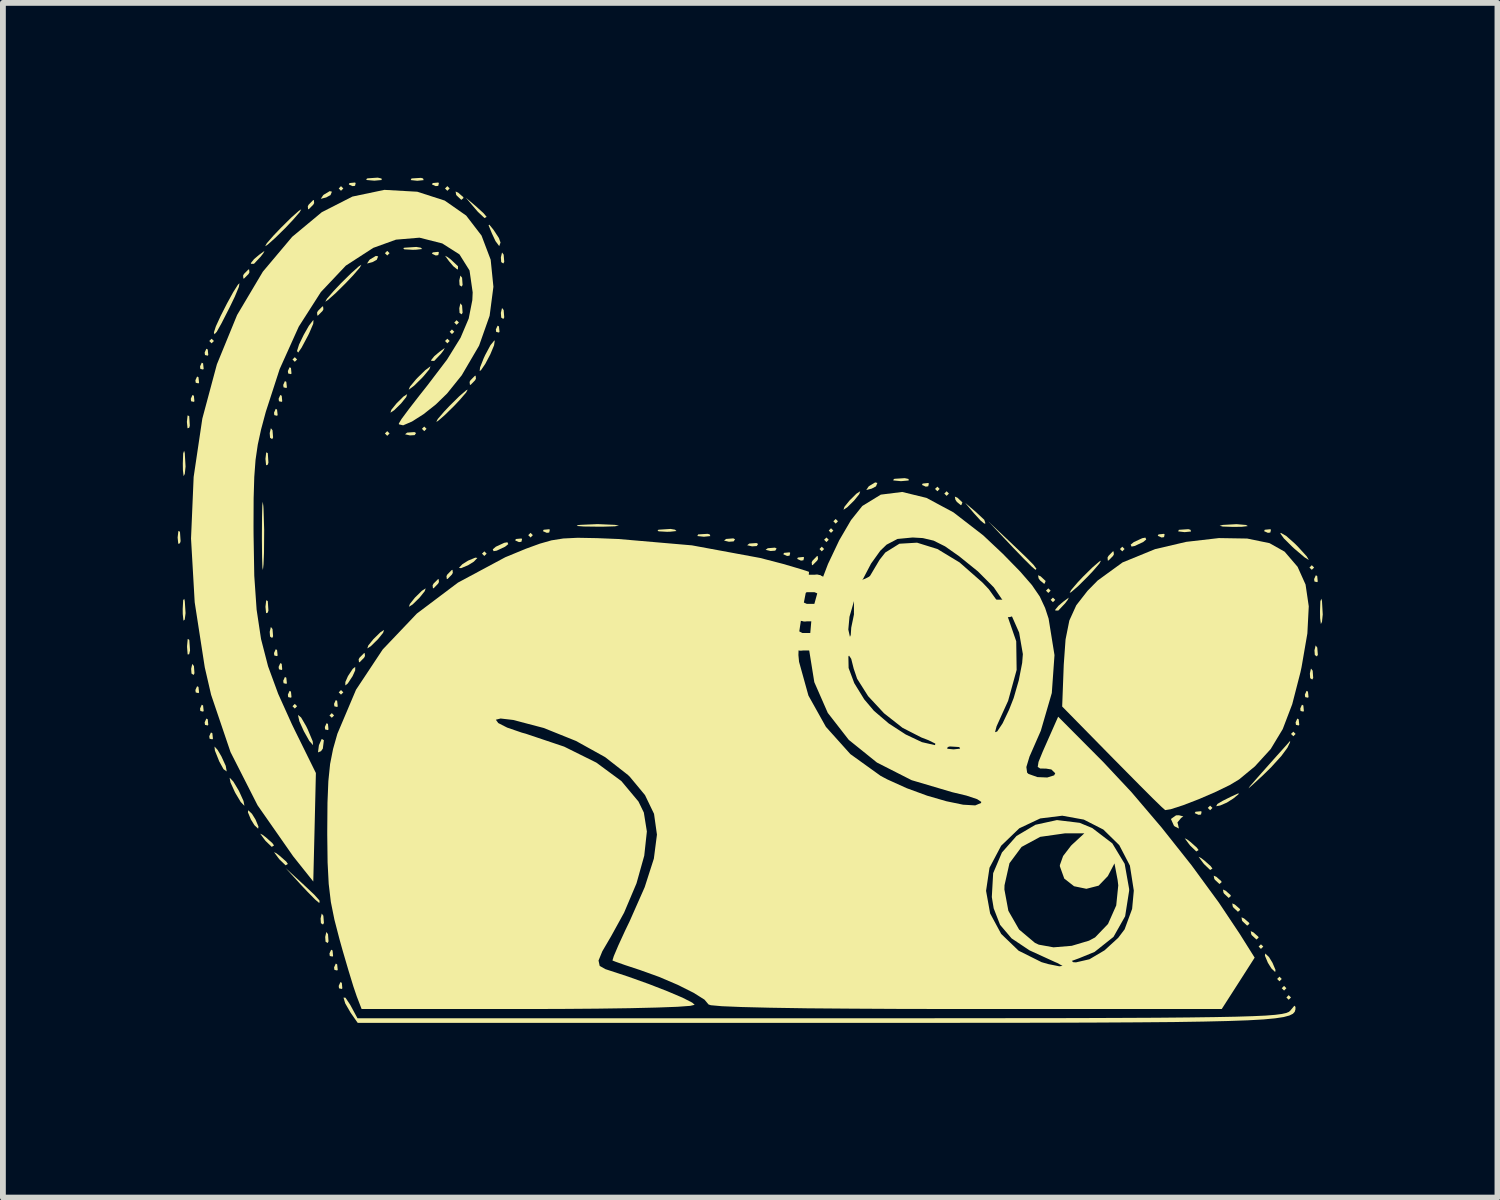
<source format=kicad_pcb>
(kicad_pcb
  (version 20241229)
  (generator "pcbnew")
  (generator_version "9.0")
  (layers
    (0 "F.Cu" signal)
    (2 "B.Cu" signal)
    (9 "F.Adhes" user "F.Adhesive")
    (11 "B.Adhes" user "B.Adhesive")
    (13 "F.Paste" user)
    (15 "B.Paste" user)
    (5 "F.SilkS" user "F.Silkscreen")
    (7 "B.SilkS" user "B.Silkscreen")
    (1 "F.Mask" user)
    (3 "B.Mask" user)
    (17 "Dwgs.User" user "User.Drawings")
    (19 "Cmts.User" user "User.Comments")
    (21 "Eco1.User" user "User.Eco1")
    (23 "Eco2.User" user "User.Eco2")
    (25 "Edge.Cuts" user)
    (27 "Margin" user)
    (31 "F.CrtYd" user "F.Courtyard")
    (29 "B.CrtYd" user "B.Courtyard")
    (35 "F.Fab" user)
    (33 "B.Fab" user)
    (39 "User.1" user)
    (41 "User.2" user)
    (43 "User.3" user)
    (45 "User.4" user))
  (footprint "Mouse-"
    (layer "F.Cu")
    (at 10.227 7.29)
    (property "Reference" "Mouse-" (at 0 0 0) (layer "F.SilkS") (effects (font (size 1.5 1.5) (thickness 0.3))))
    (attr board_only exclude_from_pos_files exclude_from_bom)
    (fp_poly (pts (xy -9.604 -4.485) (xy -9.644 -4.445) (xy -9.684 -4.485) (xy -9.644 -4.524)) (stroke (width 0) (type solid)) (fill yes) (layer "F.SilkS"))
    (fp_poly (pts (xy -8.176 -4.167) (xy -8.215 -4.128) (xy -8.255 -4.167) (xy -8.215 -4.207)) (stroke (width 0) (type solid)) (fill yes) (layer "F.SilkS"))
    (fp_poly (pts (xy -8.176 1.786) (xy -8.215 1.826) (xy -8.255 1.786) (xy -8.215 1.746)) (stroke (width 0) (type solid)) (fill yes) (layer "F.SilkS"))
    (fp_poly (pts (xy -7.541 1.945) (xy -7.58 1.984) (xy -7.62 1.945) (xy -7.58 1.905)) (stroke (width 0) (type solid)) (fill yes) (layer "F.SilkS"))
    (fp_poly (pts (xy -7.382 -7.104) (xy -7.422 -7.064) (xy -7.461 -7.104) (xy -7.422 -7.144)) (stroke (width 0) (type solid)) (fill yes) (layer "F.SilkS"))
    (fp_poly (pts (xy -7.382 1.548) (xy -7.422 1.587) (xy -7.461 1.548) (xy -7.422 1.508)) (stroke (width 0) (type solid)) (fill yes) (layer "F.SilkS"))
    (fp_poly (pts (xy -6.588 -5.993) (xy -6.628 -5.953) (xy -6.668 -5.993) (xy -6.628 -6.032)) (stroke (width 0) (type solid)) (fill yes) (layer "F.SilkS"))
    (fp_poly (pts (xy -6.588 -2.897) (xy -6.628 -2.857) (xy -6.668 -2.897) (xy -6.628 -2.937)) (stroke (width 0) (type solid)) (fill yes) (layer "F.SilkS"))
    (fp_poly (pts (xy -5.953 -2.977) (xy -5.993 -2.937) (xy -6.032 -2.977) (xy -5.993 -3.016)) (stroke (width 0) (type solid)) (fill yes) (layer "F.SilkS"))
    (fp_poly (pts (xy -5.556 -7.104) (xy -5.596 -7.064) (xy -5.636 -7.104) (xy -5.596 -7.144)) (stroke (width 0) (type solid)) (fill yes) (layer "F.SilkS"))
    (fp_poly (pts (xy -5.556 -4.485) (xy -5.596 -4.445) (xy -5.636 -4.485) (xy -5.596 -4.524)) (stroke (width 0) (type solid)) (fill yes) (layer "F.SilkS"))
    (fp_poly (pts (xy -5.477 -4.643) (xy -5.517 -4.604) (xy -5.556 -4.643) (xy -5.517 -4.683)) (stroke (width 0) (type solid)) (fill yes) (layer "F.SilkS"))
    (fp_poly (pts (xy -5.397 -4.802) (xy -5.437 -4.763) (xy -5.477 -4.802) (xy -5.437 -4.842)) (stroke (width 0) (type solid)) (fill yes) (layer "F.SilkS"))
    (fp_poly (pts (xy -4.921 -0.833) (xy -4.961 -0.794) (xy -5.001 -0.833) (xy -4.961 -0.873)) (stroke (width 0) (type solid)) (fill yes) (layer "F.SilkS"))
    (fp_poly (pts (xy -4.128 -1.151) (xy -4.167 -1.111) (xy -4.207 -1.151) (xy -4.167 -1.191)) (stroke (width 0) (type solid)) (fill yes) (layer "F.SilkS"))
    (fp_poly (pts (xy 0.873 -0.913) (xy 0.833 -0.873) (xy 0.794 -0.913) (xy 0.833 -0.953)) (stroke (width 0) (type solid)) (fill yes) (layer "F.SilkS"))
    (fp_poly (pts (xy 0.953 -1.072) (xy 0.913 -1.032) (xy 0.873 -1.072) (xy 0.913 -1.111)) (stroke (width 0) (type solid)) (fill yes) (layer "F.SilkS"))
    (fp_poly (pts (xy 1.032 -1.23) (xy 0.992 -1.191) (xy 0.953 -1.23) (xy 0.992 -1.27)) (stroke (width 0) (type solid)) (fill yes) (layer "F.SilkS"))
    (fp_poly (pts (xy 1.111 -1.389) (xy 1.072 -1.349) (xy 1.032 -1.389) (xy 1.072 -1.429)) (stroke (width 0) (type solid)) (fill yes) (layer "F.SilkS"))
    (fp_poly (pts (xy 2.857 -1.945) (xy 2.818 -1.905) (xy 2.778 -1.945) (xy 2.818 -1.984)) (stroke (width 0) (type solid)) (fill yes) (layer "F.SilkS"))
    (fp_poly (pts (xy 3.016 -1.865) (xy 2.977 -1.826) (xy 2.937 -1.865) (xy 2.977 -1.905)) (stroke (width 0) (type solid)) (fill yes) (layer "F.SilkS"))
    (fp_poly (pts (xy 4.763 -0.198) (xy 4.723 -0.159) (xy 4.683 -0.198) (xy 4.723 -0.238)) (stroke (width 0) (type solid)) (fill yes) (layer "F.SilkS"))
    (fp_poly (pts (xy 4.842 -0.04) (xy 4.802 0) (xy 4.763 -0.04) (xy 4.802 -0.079)) (stroke (width 0) (type solid)) (fill yes) (layer "F.SilkS"))
    (fp_poly (pts (xy 6.032 -0.913) (xy 5.993 -0.873) (xy 5.953 -0.913) (xy 5.993 -0.953)) (stroke (width 0) (type solid)) (fill yes) (layer "F.SilkS"))
    (fp_poly (pts (xy 7.541 3.532) (xy 7.501 3.572) (xy 7.461 3.532) (xy 7.501 3.493)) (stroke (width 0) (type solid)) (fill yes) (layer "F.SilkS"))
    (fp_poly (pts (xy 8.414 5.913) (xy 8.374 5.953) (xy 8.334 5.913) (xy 8.374 5.874)) (stroke (width 0) (type solid)) (fill yes) (layer "F.SilkS"))
    (fp_poly (pts (xy 8.731 6.469) (xy 8.692 6.509) (xy 8.652 6.469) (xy 8.692 6.429)) (stroke (width 0) (type solid)) (fill yes) (layer "F.SilkS"))
    (fp_poly (pts (xy 8.811 6.628) (xy 8.771 6.668) (xy 8.731 6.628) (xy 8.771 6.588)) (stroke (width 0) (type solid)) (fill yes) (layer "F.SilkS"))
    (fp_poly (pts (xy 8.89 6.787) (xy 8.85 6.826) (xy 8.811 6.787) (xy 8.85 6.747)) (stroke (width 0) (type solid)) (fill yes) (layer "F.SilkS"))
    (fp_poly (pts (xy 8.969 2.262) (xy 8.93 2.302) (xy 8.89 2.262) (xy 8.93 2.223)) (stroke (width 0) (type solid)) (fill yes) (layer "F.SilkS"))
    (fp_poly (pts (xy 9.287 -0.595) (xy 9.247 -0.556) (xy 9.207 -0.595) (xy 9.247 -0.635)) (stroke (width 0) (type solid)) (fill yes) (layer "F.SilkS"))
    (fp_poly (pts (xy -10.187 -1.21) (xy -10.176 -1.048) (xy -10.187 -1.012) (xy -10.216 -1.002) (xy -10.227 -1.111) (xy -10.214 -1.224)) (stroke (width 0) (type solid)) (fill yes) (layer "F.SilkS"))
    (fp_poly (pts (xy -10.028 -3.195) (xy -10.018 -3.032) (xy -10.028 -2.996) (xy -10.057 -2.986) (xy -10.068 -3.096) (xy -10.056 -3.208)) (stroke (width 0) (type solid)) (fill yes) (layer "F.SilkS"))
    (fp_poly (pts (xy -9.948 -3.545) (xy -9.939 -3.451) (xy -9.948 -3.44) (xy -9.996 -3.45) (xy -10.001 -3.493) (xy -9.972 -3.558)) (stroke (width 0) (type solid)) (fill yes) (layer "F.SilkS"))
    (fp_poly (pts (xy -9.947 1.096) (xy -9.938 1.22) (xy -9.953 1.249) (xy -9.989 1.225) (xy -9.995 1.144) (xy -9.976 1.06)) (stroke (width 0) (type solid)) (fill yes) (layer "F.SilkS"))
    (fp_poly (pts (xy -9.869 -3.863) (xy -9.859 -3.769) (xy -9.869 -3.757) (xy -9.916 -3.768) (xy -9.922 -3.81) (xy -9.893 -3.875)) (stroke (width 0) (type solid)) (fill yes) (layer "F.SilkS"))
    (fp_poly (pts (xy -9.869 1.455) (xy -9.859 1.549) (xy -9.869 1.561) (xy -9.916 1.55) (xy -9.922 1.508) (xy -9.893 1.443)) (stroke (width 0) (type solid)) (fill yes) (layer "F.SilkS"))
    (fp_poly (pts (xy -9.79 -4.101) (xy -9.78 -4.007) (xy -9.79 -3.995) (xy -9.837 -4.006) (xy -9.842 -4.048) (xy -9.813 -4.113)) (stroke (width 0) (type solid)) (fill yes) (layer "F.SilkS"))
    (fp_poly (pts (xy -9.79 1.773) (xy -9.78 1.867) (xy -9.79 1.879) (xy -9.837 1.868) (xy -9.842 1.826) (xy -9.813 1.76)) (stroke (width 0) (type solid)) (fill yes) (layer "F.SilkS"))
    (fp_poly (pts (xy -9.71 -4.339) (xy -9.701 -4.245) (xy -9.71 -4.233) (xy -9.757 -4.244) (xy -9.763 -4.286) (xy -9.734 -4.352)) (stroke (width 0) (type solid)) (fill yes) (layer "F.SilkS"))
    (fp_poly (pts (xy -9.71 2.011) (xy -9.701 2.105) (xy -9.71 2.117) (xy -9.757 2.106) (xy -9.763 2.064) (xy -9.734 1.998)) (stroke (width 0) (type solid)) (fill yes) (layer "F.SilkS"))
    (fp_poly (pts (xy -9.631 2.249) (xy -9.621 2.343) (xy -9.631 2.355) (xy -9.678 2.344) (xy -9.684 2.302) (xy -9.655 2.237)) (stroke (width 0) (type solid)) (fill yes) (layer "F.SilkS"))
    (fp_poly (pts (xy -8.679 -2.56) (xy -8.668 -2.397) (xy -8.679 -2.361) (xy -8.708 -2.351) (xy -8.719 -2.461) (xy -8.706 -2.573)) (stroke (width 0) (type solid)) (fill yes) (layer "F.SilkS"))
    (fp_poly (pts (xy -8.679 -0.02) (xy -8.668 0.143) (xy -8.679 0.179) (xy -8.708 0.189) (xy -8.719 0.079) (xy -8.706 -0.033)) (stroke (width 0) (type solid)) (fill yes) (layer "F.SilkS"))
    (fp_poly (pts (xy -8.598 -2.952) (xy -8.588 -2.828) (xy -8.604 -2.8) (xy -8.64 -2.823) (xy -8.646 -2.904) (xy -8.626 -2.988)) (stroke (width 0) (type solid)) (fill yes) (layer "F.SilkS"))
    (fp_poly (pts (xy -8.598 0.461) (xy -8.588 0.585) (xy -8.604 0.614) (xy -8.64 0.59) (xy -8.646 0.509) (xy -8.626 0.425)) (stroke (width 0) (type solid)) (fill yes) (layer "F.SilkS"))
    (fp_poly (pts (xy -8.52 -3.307) (xy -8.51 -3.213) (xy -8.52 -3.201) (xy -8.567 -3.212) (xy -8.572 -3.254) (xy -8.543 -3.32)) (stroke (width 0) (type solid)) (fill yes) (layer "F.SilkS"))
    (fp_poly (pts (xy -8.52 0.82) (xy -8.51 0.914) (xy -8.52 0.926) (xy -8.567 0.915) (xy -8.572 0.873) (xy -8.543 0.808)) (stroke (width 0) (type solid)) (fill yes) (layer "F.SilkS"))
    (fp_poly (pts (xy -8.44 -3.545) (xy -8.431 -3.451) (xy -8.44 -3.44) (xy -8.487 -3.45) (xy -8.493 -3.493) (xy -8.464 -3.558)) (stroke (width 0) (type solid)) (fill yes) (layer "F.SilkS"))
    (fp_poly (pts (xy -8.44 1.058) (xy -8.431 1.153) (xy -8.44 1.164) (xy -8.487 1.153) (xy -8.493 1.111) (xy -8.464 1.046)) (stroke (width 0) (type solid)) (fill yes) (layer "F.SilkS"))
    (fp_poly (pts (xy -8.361 -3.784) (xy -8.351 -3.689) (xy -8.361 -3.678) (xy -8.408 -3.689) (xy -8.414 -3.731) (xy -8.385 -3.796)) (stroke (width 0) (type solid)) (fill yes) (layer "F.SilkS"))
    (fp_poly (pts (xy -8.361 1.296) (xy -8.351 1.391) (xy -8.361 1.402) (xy -8.408 1.391) (xy -8.414 1.349) (xy -8.385 1.284)) (stroke (width 0) (type solid)) (fill yes) (layer "F.SilkS"))
    (fp_poly (pts (xy -8.281 -4.022) (xy -8.272 -3.927) (xy -8.281 -3.916) (xy -8.329 -3.927) (xy -8.334 -3.969) (xy -8.305 -4.034)) (stroke (width 0) (type solid)) (fill yes) (layer "F.SilkS"))
    (fp_poly (pts (xy -8.281 1.535) (xy -8.272 1.629) (xy -8.281 1.64) (xy -8.329 1.63) (xy -8.334 1.587) (xy -8.305 1.522)) (stroke (width 0) (type solid)) (fill yes) (layer "F.SilkS"))
    (fp_poly (pts (xy -7.725 5.383) (xy -7.715 5.507) (xy -7.731 5.535) (xy -7.767 5.511) (xy -7.772 5.431) (xy -7.753 5.346)) (stroke (width 0) (type solid)) (fill yes) (layer "F.SilkS"))
    (fp_poly (pts (xy -7.646 2.09) (xy -7.637 2.184) (xy -7.646 2.196) (xy -7.694 2.185) (xy -7.699 2.143) (xy -7.67 2.078)) (stroke (width 0) (type solid)) (fill yes) (layer "F.SilkS"))
    (fp_poly (pts (xy -7.645 5.7) (xy -7.636 5.824) (xy -7.651 5.852) (xy -7.687 5.829) (xy -7.693 5.748) (xy -7.674 5.663)) (stroke (width 0) (type solid)) (fill yes) (layer "F.SilkS"))
    (fp_poly (pts (xy -7.567 5.98) (xy -7.558 6.074) (xy -7.567 6.085) (xy -7.614 6.075) (xy -7.62 6.032) (xy -7.591 5.967)) (stroke (width 0) (type solid)) (fill yes) (layer "F.SilkS"))
    (fp_poly (pts (xy -7.488 1.693) (xy -7.478 1.788) (xy -7.488 1.799) (xy -7.535 1.788) (xy -7.541 1.746) (xy -7.512 1.681)) (stroke (width 0) (type solid)) (fill yes) (layer "F.SilkS"))
    (fp_poly (pts (xy -7.488 6.218) (xy -7.478 6.312) (xy -7.488 6.324) (xy -7.535 6.313) (xy -7.541 6.271) (xy -7.512 6.205)) (stroke (width 0) (type solid)) (fill yes) (layer "F.SilkS"))
    (fp_poly (pts (xy -7.408 6.535) (xy -7.399 6.629) (xy -7.408 6.641) (xy -7.456 6.63) (xy -7.461 6.588) (xy -7.432 6.523)) (stroke (width 0) (type solid)) (fill yes) (layer "F.SilkS"))
    (fp_poly (pts (xy -7.17 -7.197) (xy -7.181 -7.149) (xy -7.223 -7.144) (xy -7.288 -7.173) (xy -7.276 -7.197) (xy -7.182 -7.206)) (stroke (width 0) (type solid)) (fill yes) (layer "F.SilkS"))
    (fp_poly (pts (xy -6.133 -2.905) (xy -6.157 -2.869) (xy -6.238 -2.864) (xy -6.322 -2.883) (xy -6.286 -2.912) (xy -6.161 -2.921)) (stroke (width 0) (type solid)) (fill yes) (layer "F.SilkS"))
    (fp_poly (pts (xy -6.013 -7.276) (xy -6.003 -7.247) (xy -6.112 -7.236) (xy -6.225 -7.248) (xy -6.211 -7.276) (xy -6.049 -7.286)) (stroke (width 0) (type solid)) (fill yes) (layer "F.SilkS"))
    (fp_poly (pts (xy -5.741 -7.197) (xy -5.752 -7.149) (xy -5.794 -7.144) (xy -5.86 -7.173) (xy -5.847 -7.197) (xy -5.753 -7.206)) (stroke (width 0) (type solid)) (fill yes) (layer "F.SilkS"))
    (fp_poly (pts (xy -5.741 -6.006) (xy -5.752 -5.959) (xy -5.794 -5.953) (xy -5.86 -5.982) (xy -5.847 -6.006) (xy -5.753 -6.016)) (stroke (width 0) (type solid)) (fill yes) (layer "F.SilkS"))
    (fp_poly (pts (xy -5.343 -5.571) (xy -5.334 -5.447) (xy -5.35 -5.419) (xy -5.386 -5.443) (xy -5.391 -5.523) (xy -5.372 -5.608)) (stroke (width 0) (type solid)) (fill yes) (layer "F.SilkS"))
    (fp_poly (pts (xy -5.343 -5.095) (xy -5.334 -4.971) (xy -5.35 -4.943) (xy -5.386 -4.966) (xy -5.391 -5.047) (xy -5.372 -5.132)) (stroke (width 0) (type solid)) (fill yes) (layer "F.SilkS"))
    (fp_poly (pts (xy -4.71 -4.736) (xy -4.7 -4.642) (xy -4.71 -4.63) (xy -4.757 -4.641) (xy -4.763 -4.683) (xy -4.733 -4.748)) (stroke (width 0) (type solid)) (fill yes) (layer "F.SilkS"))
    (fp_poly (pts (xy -4.629 -5.968) (xy -4.619 -5.844) (xy -4.635 -5.816) (xy -4.671 -5.84) (xy -4.677 -5.92) (xy -4.657 -6.005)) (stroke (width 0) (type solid)) (fill yes) (layer "F.SilkS"))
    (fp_poly (pts (xy -4.629 -5.016) (xy -4.619 -4.891) (xy -4.635 -4.863) (xy -4.671 -4.887) (xy -4.677 -4.968) (xy -4.657 -5.052)) (stroke (width 0) (type solid)) (fill yes) (layer "F.SilkS"))
    (fp_poly (pts (xy -4.313 -1.085) (xy -4.324 -1.038) (xy -4.366 -1.032) (xy -4.431 -1.061) (xy -4.419 -1.085) (xy -4.324 -1.094)) (stroke (width 0) (type solid)) (fill yes) (layer "F.SilkS"))
    (fp_poly (pts (xy -3.836 -1.244) (xy -3.847 -1.196) (xy -3.889 -1.191) (xy -3.955 -1.22) (xy -3.942 -1.244) (xy -3.848 -1.253)) (stroke (width 0) (type solid)) (fill yes) (layer "F.SilkS"))
    (fp_poly (pts (xy -1.091 -1.164) (xy -1.081 -1.135) (xy -1.191 -1.124) (xy -1.303 -1.136) (xy -1.29 -1.164) (xy -1.127 -1.174)) (stroke (width 0) (type solid)) (fill yes) (layer "F.SilkS"))
    (fp_poly (pts (xy -0.656 -1.08) (xy -0.68 -1.044) (xy -0.761 -1.038) (xy -0.845 -1.058) (xy -0.809 -1.086) (xy -0.685 -1.096)) (stroke (width 0) (type solid)) (fill yes) (layer "F.SilkS"))
    (fp_poly (pts (xy -0.26 -1) (xy -0.283 -0.964) (xy -0.364 -0.959) (xy -0.448 -0.978) (xy -0.412 -1.007) (xy -0.288 -1.016)) (stroke (width 0) (type solid)) (fill yes) (layer "F.SilkS"))
    (fp_poly (pts (xy 0.058 -0.921) (xy 0.034 -0.885) (xy -0.046 -0.879) (xy -0.131 -0.899) (xy -0.094 -0.927) (xy 0.03 -0.937)) (stroke (width 0) (type solid)) (fill yes) (layer "F.SilkS"))
    (fp_poly (pts (xy 0.291 -0.847) (xy 0.28 -0.799) (xy 0.238 -0.794) (xy 0.173 -0.823) (xy 0.185 -0.847) (xy 0.279 -0.856)) (stroke (width 0) (type solid)) (fill yes) (layer "F.SilkS"))
    (fp_poly (pts (xy 0.529 -0.767) (xy 0.518 -0.72) (xy 0.476 -0.714) (xy 0.411 -0.743) (xy 0.423 -0.767) (xy 0.518 -0.777)) (stroke (width 0) (type solid)) (fill yes) (layer "F.SilkS"))
    (fp_poly (pts (xy 2.672 -2.037) (xy 2.661 -1.99) (xy 2.619 -1.984) (xy 2.554 -2.013) (xy 2.566 -2.037) (xy 2.661 -2.047)) (stroke (width 0) (type solid)) (fill yes) (layer "F.SilkS"))
    (fp_poly (pts (xy 6.72 -1.164) (xy 6.71 -1.117) (xy 6.668 -1.111) (xy 6.602 -1.14) (xy 6.615 -1.164) (xy 6.709 -1.174)) (stroke (width 0) (type solid)) (fill yes) (layer "F.SilkS"))
    (fp_poly (pts (xy 7.164 -1.243) (xy 7.174 -1.214) (xy 7.064 -1.203) (xy 6.952 -1.216) (xy 6.965 -1.243) (xy 7.128 -1.254)) (stroke (width 0) (type solid)) (fill yes) (layer "F.SilkS"))
    (fp_poly (pts (xy 7.355 3.598) (xy 7.345 3.646) (xy 7.303 3.651) (xy 7.237 3.622) (xy 7.25 3.598) (xy 7.344 3.589)) (stroke (width 0) (type solid)) (fill yes) (layer "F.SilkS"))
    (fp_poly (pts (xy 8.546 -1.244) (xy 8.535 -1.196) (xy 8.493 -1.191) (xy 8.428 -1.22) (xy 8.44 -1.244) (xy 8.534 -1.253)) (stroke (width 0) (type solid)) (fill yes) (layer "F.SilkS"))
    (fp_poly (pts (xy 9.022 2.011) (xy 9.032 2.105) (xy 9.022 2.117) (xy 8.975 2.106) (xy 8.969 2.064) (xy 8.998 1.998)) (stroke (width 0) (type solid)) (fill yes) (layer "F.SilkS"))
    (fp_poly (pts (xy 9.102 1.773) (xy 9.111 1.867) (xy 9.102 1.879) (xy 9.054 1.868) (xy 9.049 1.826) (xy 9.078 1.76)) (stroke (width 0) (type solid)) (fill yes) (layer "F.SilkS"))
    (fp_poly (pts (xy 9.181 1.535) (xy 9.191 1.629) (xy 9.181 1.64) (xy 9.134 1.63) (xy 9.128 1.587) (xy 9.157 1.522)) (stroke (width 0) (type solid)) (fill yes) (layer "F.SilkS"))
    (fp_poly (pts (xy 9.262 1.176) (xy 9.271 1.3) (xy 9.255 1.328) (xy 9.219 1.304) (xy 9.214 1.224) (xy 9.233 1.139)) (stroke (width 0) (type solid)) (fill yes) (layer "F.SilkS"))
    (fp_poly (pts (xy 9.34 -0.45) (xy 9.349 -0.356) (xy 9.34 -0.344) (xy 9.293 -0.355) (xy 9.287 -0.397) (xy 9.316 -0.462)) (stroke (width 0) (type solid)) (fill yes) (layer "F.SilkS"))
    (fp_poly (pts (xy 9.341 0.779) (xy 9.351 0.903) (xy 9.335 0.931) (xy 9.299 0.907) (xy 9.293 0.827) (xy 9.313 0.742)) (stroke (width 0) (type solid)) (fill yes) (layer "F.SilkS"))
    (fp_poly (pts (xy -7.716 2.37) (xy -7.734 2.514) (xy -7.765 2.558) (xy -7.817 2.579) (xy -7.802 2.463) (xy -7.8 2.454) (xy -7.753 2.348)) (stroke (width 0) (type solid)) (fill yes) (layer "F.SilkS"))
    (fp_poly (pts (xy -7.578 -7.049) (xy -7.602 -6.99) (xy -7.676 -6.95) (xy -7.769 -6.926) (xy -7.731 -6.984) (xy -7.721 -6.995) (xy -7.616 -7.058)) (stroke (width 0) (type solid)) (fill yes) (layer "F.SilkS"))
    (fp_poly (pts (xy -6.784 -5.938) (xy -6.808 -5.879) (xy -6.882 -5.839) (xy -6.975 -5.815) (xy -6.937 -5.873) (xy -6.927 -5.884) (xy -6.823 -5.946)) (stroke (width 0) (type solid)) (fill yes) (layer "F.SilkS"))
    (fp_poly (pts (xy -5.41 -7.032) (xy -5.325 -6.958) (xy -5.318 -6.941) (xy -5.356 -6.908) (xy -5.434 -6.981) (xy -5.445 -6.997) (xy -5.454 -7.052)) (stroke (width 0) (type solid)) (fill yes) (layer "F.SilkS"))
    (fp_poly (pts (xy -5.1 -6.794) (xy -4.973 -6.678) (xy -4.921 -6.616) (xy -4.958 -6.596) (xy -5.071 -6.702) (xy -5.127 -6.767) (xy -5.278 -6.945)) (stroke (width 0) (type solid)) (fill yes) (layer "F.SilkS"))
    (fp_poly (pts (xy 1.788 -2.048) (xy 1.764 -1.989) (xy 1.69 -1.95) (xy 1.597 -1.926) (xy 1.635 -1.984) (xy 1.646 -1.994) (xy 1.75 -2.057)) (stroke (width 0) (type solid)) (fill yes) (layer "F.SilkS"))
    (fp_poly (pts (xy 3.163 -1.794) (xy 3.248 -1.714) (xy 3.23 -1.668) (xy 3.219 -1.667) (xy 3.152 -1.723) (xy 3.128 -1.759) (xy 3.118 -1.813)) (stroke (width 0) (type solid)) (fill yes) (layer "F.SilkS"))
    (fp_poly (pts (xy 3.473 -1.555) (xy 3.623 -1.415) (xy 3.644 -1.353) (xy 3.624 -1.349) (xy 3.559 -1.403) (xy 3.445 -1.528) (xy 3.294 -1.707)) (stroke (width 0) (type solid)) (fill yes) (layer "F.SilkS"))
    (fp_poly (pts (xy 4.591 -0.444) (xy 4.677 -0.364) (xy 4.659 -0.318) (xy 4.648 -0.318) (xy 4.581 -0.374) (xy 4.556 -0.409) (xy 4.547 -0.463)) (stroke (width 0) (type solid)) (fill yes) (layer "F.SilkS"))
    (fp_poly (pts (xy 7.608 4.715) (xy 7.692 4.789) (xy 7.699 4.807) (xy 7.662 4.839) (xy 7.583 4.766) (xy 7.573 4.75) (xy 7.563 4.696)) (stroke (width 0) (type solid)) (fill yes) (layer "F.SilkS"))
    (fp_poly (pts (xy 7.766 4.953) (xy 7.851 5.027) (xy 7.858 5.045) (xy 7.82 5.078) (xy 7.742 5.005) (xy 7.731 4.988) (xy 7.722 4.934)) (stroke (width 0) (type solid)) (fill yes) (layer "F.SilkS"))
    (fp_poly (pts (xy 7.925 5.191) (xy 8.01 5.265) (xy 8.017 5.283) (xy 7.979 5.316) (xy 7.901 5.243) (xy 7.89 5.226) (xy 7.881 5.172)) (stroke (width 0) (type solid)) (fill yes) (layer "F.SilkS"))
    (fp_poly (pts (xy 8.084 5.43) (xy 8.169 5.503) (xy 8.176 5.521) (xy 8.138 5.554) (xy 8.06 5.481) (xy 8.049 5.465) (xy 8.04 5.41)) (stroke (width 0) (type solid)) (fill yes) (layer "F.SilkS"))
    (fp_poly (pts (xy 8.243 5.668) (xy 8.327 5.742) (xy 8.334 5.759) (xy 8.297 5.792) (xy 8.218 5.719) (xy 8.208 5.703) (xy 8.198 5.648)) (stroke (width 0) (type solid)) (fill yes) (layer "F.SilkS"))
    (fp_poly (pts (xy -10.104 -2.56) (xy -10.091 -2.329) (xy -10.104 -2.203) (xy -10.124 -2.165) (xy -10.136 -2.265) (xy -10.138 -2.381) (xy -10.132 -2.553) (xy -10.116 -2.6)) (stroke (width 0) (type solid)) (fill yes) (layer "F.SilkS"))
    (fp_poly (pts (xy -10.104 -0.019) (xy -10.091 0.188) (xy -10.105 0.299) (xy -10.127 0.317) (xy -10.139 0.203) (xy -10.14 0.119) (xy -10.132 -0.035) (xy -10.114 -0.058)) (stroke (width 0) (type solid)) (fill yes) (layer "F.SilkS"))
    (fp_poly (pts (xy -10.03 0.643) (xy -10.026 0.656) (xy -10.014 0.829) (xy -10.029 0.894) (xy -10.055 0.897) (xy -10.065 0.773) (xy -10.065 0.754) (xy -10.054 0.631)) (stroke (width 0) (type solid)) (fill yes) (layer "F.SilkS"))
    (fp_poly (pts (xy -8.994 -5.664) (xy -9.009 -5.636) (xy -9.084 -5.56) (xy -9.098 -5.556) (xy -9.103 -5.608) (xy -9.088 -5.636) (xy -9.014 -5.711) (xy -9 -5.715)) (stroke (width 0) (type solid)) (fill yes) (layer "F.SilkS"))
    (fp_poly (pts (xy -8.951 3.633) (xy -8.89 3.731) (xy -8.839 3.853) (xy -8.845 3.889) (xy -8.908 3.829) (xy -8.969 3.731) (xy -9.02 3.608) (xy -9.015 3.572)) (stroke (width 0) (type solid)) (fill yes) (layer "F.SilkS"))
    (fp_poly (pts (xy -8.769 3.994) (xy -8.711 4.038) (xy -8.601 4.136) (xy -8.572 4.177) (xy -8.611 4.201) (xy -8.717 4.099) (xy -8.741 4.068) (xy -8.81 3.974)) (stroke (width 0) (type solid)) (fill yes) (layer "F.SilkS"))
    (fp_poly (pts (xy -8.756 -5.991) (xy -8.801 -5.933) (xy -8.916 -5.81) (xy -8.968 -5.81) (xy -8.969 -5.824) (xy -8.915 -5.891) (xy -8.83 -5.963) (xy -8.736 -6.032)) (stroke (width 0) (type solid)) (fill yes) (layer "F.SilkS"))
    (fp_poly (pts (xy -8.531 4.311) (xy -8.473 4.356) (xy -8.363 4.453) (xy -8.334 4.494) (xy -8.373 4.518) (xy -8.479 4.416) (xy -8.503 4.385) (xy -8.572 4.291)) (stroke (width 0) (type solid)) (fill yes) (layer "F.SilkS"))
    (fp_poly (pts (xy -7.883 -6.854) (xy -7.898 -6.826) (xy -7.973 -6.75) (xy -7.987 -6.747) (xy -7.992 -6.798) (xy -7.977 -6.826) (xy -7.902 -6.902) (xy -7.888 -6.906)) (stroke (width 0) (type solid)) (fill yes) (layer "F.SilkS"))
    (fp_poly (pts (xy -7.724 -5.029) (xy -7.739 -5.001) (xy -7.814 -4.925) (xy -7.828 -4.921) (xy -7.833 -4.973) (xy -7.818 -5.001) (xy -7.744 -5.076) (xy -7.73 -5.08)) (stroke (width 0) (type solid)) (fill yes) (layer "F.SilkS"))
    (fp_poly (pts (xy -7.178 1.17) (xy -7.223 1.27) (xy -7.305 1.395) (xy -7.348 1.429) (xy -7.347 1.37) (xy -7.303 1.27) (xy -7.221 1.145) (xy -7.178 1.111)) (stroke (width 0) (type solid)) (fill yes) (layer "F.SilkS"))
    (fp_poly (pts (xy -7.01 0.924) (xy -7.025 0.953) (xy -7.099 1.028) (xy -7.113 1.032) (xy -7.119 0.981) (xy -7.104 0.953) (xy -7.029 0.877) (xy -7.015 0.873)) (stroke (width 0) (type solid)) (fill yes) (layer "F.SilkS"))
    (fp_poly (pts (xy -6.726 -7.275) (xy -6.723 -7.249) (xy -6.847 -7.238) (xy -6.866 -7.239) (xy -6.989 -7.25) (xy -6.977 -7.274) (xy -6.964 -7.278) (xy -6.791 -7.29)) (stroke (width 0) (type solid)) (fill yes) (layer "F.SilkS"))
    (fp_poly (pts (xy -6.699 0.526) (xy -6.787 0.635) (xy -6.906 0.752) (xy -6.97 0.794) (xy -6.954 0.744) (xy -6.866 0.635) (xy -6.747 0.518) (xy -6.683 0.476)) (stroke (width 0) (type solid)) (fill yes) (layer "F.SilkS"))
    (fp_poly (pts (xy -6.302 -3.522) (xy -6.39 -3.413) (xy -6.509 -3.296) (xy -6.573 -3.254) (xy -6.557 -3.304) (xy -6.469 -3.413) (xy -6.35 -3.531) (xy -6.286 -3.572)) (stroke (width 0) (type solid)) (fill yes) (layer "F.SilkS"))
    (fp_poly (pts (xy -6.052 -6.087) (xy -6.028 -6.064) (xy -6.137 -6.052) (xy -6.191 -6.051) (xy -6.336 -6.059) (xy -6.353 -6.08) (xy -6.33 -6.087) (xy -6.129 -6.1)) (stroke (width 0) (type solid)) (fill yes) (layer "F.SilkS"))
    (fp_poly (pts (xy -5.984 -0.189) (xy -6.072 -0.079) (xy -6.191 0.038) (xy -6.256 0.079) (xy -6.239 0.03) (xy -6.152 -0.079) (xy -6.032 -0.197) (xy -5.968 -0.238)) (stroke (width 0) (type solid)) (fill yes) (layer "F.SilkS"))
    (fp_poly (pts (xy -5.74 -0.346) (xy -5.755 -0.318) (xy -5.829 -0.242) (xy -5.843 -0.238) (xy -5.849 -0.289) (xy -5.834 -0.318) (xy -5.759 -0.393) (xy -5.745 -0.397)) (stroke (width 0) (type solid)) (fill yes) (layer "F.SilkS"))
    (fp_poly (pts (xy -5.661 -4.324) (xy -5.705 -4.266) (xy -5.821 -4.143) (xy -5.872 -4.144) (xy -5.874 -4.157) (xy -5.82 -4.224) (xy -5.735 -4.296) (xy -5.641 -4.365)) (stroke (width 0) (type solid)) (fill yes) (layer "F.SilkS"))
    (fp_poly (pts (xy -5.594 -5.928) (xy -5.536 -5.884) (xy -5.413 -5.768) (xy -5.414 -5.716) (xy -5.427 -5.715) (xy -5.494 -5.769) (xy -5.566 -5.854) (xy -5.635 -5.948)) (stroke (width 0) (type solid)) (fill yes) (layer "F.SilkS"))
    (fp_poly (pts (xy -5.502 -0.504) (xy -5.517 -0.476) (xy -5.591 -0.4) (xy -5.605 -0.397) (xy -5.611 -0.448) (xy -5.596 -0.476) (xy -5.521 -0.552) (xy -5.507 -0.556)) (stroke (width 0) (type solid)) (fill yes) (layer "F.SilkS"))
    (fp_poly (pts (xy -5.105 -3.838) (xy -5.12 -3.81) (xy -5.194 -3.734) (xy -5.208 -3.731) (xy -5.214 -3.782) (xy -5.199 -3.81) (xy -5.124 -3.886) (xy -5.11 -3.889)) (stroke (width 0) (type solid)) (fill yes) (layer "F.SilkS"))
    (fp_poly (pts (xy -5.08 -0.76) (xy -5.141 -0.696) (xy -5.239 -0.635) (xy -5.361 -0.584) (xy -5.397 -0.59) (xy -5.337 -0.653) (xy -5.239 -0.714) (xy -5.116 -0.765)) (stroke (width 0) (type solid)) (fill yes) (layer "F.SilkS"))
    (fp_poly (pts (xy -4.803 -6.394) (xy -4.71 -6.252) (xy -4.683 -6.176) (xy -4.705 -6.114) (xy -4.769 -6.2) (xy -4.83 -6.33) (xy -4.888 -6.472) (xy -4.875 -6.482)) (stroke (width 0) (type solid)) (fill yes) (layer "F.SilkS"))
    (fp_poly (pts (xy -4.55 -0.997) (xy -4.604 -0.953) (xy -4.748 -0.885) (xy -4.802 -0.876) (xy -4.816 -0.908) (xy -4.763 -0.953) (xy -4.618 -1.02) (xy -4.564 -1.029)) (stroke (width 0) (type solid)) (fill yes) (layer "F.SilkS"))
    (fp_poly (pts (xy -1.687 -1.245) (xy -1.662 -1.222) (xy -1.772 -1.21) (xy -1.826 -1.209) (xy -1.97 -1.217) (xy -1.987 -1.238) (xy -1.965 -1.245) (xy -1.763 -1.258)) (stroke (width 0) (type solid)) (fill yes) (layer "F.SilkS"))
    (fp_poly (pts (xy 0.769 -0.742) (xy 0.754 -0.714) (xy 0.679 -0.639) (xy 0.665 -0.635) (xy 0.66 -0.686) (xy 0.675 -0.714) (xy 0.749 -0.79) (xy 0.763 -0.794)) (stroke (width 0) (type solid)) (fill yes) (layer "F.SilkS"))
    (fp_poly (pts (xy 1.477 -1.855) (xy 1.389 -1.746) (xy 1.27 -1.629) (xy 1.206 -1.587) (xy 1.222 -1.637) (xy 1.31 -1.746) (xy 1.429 -1.864) (xy 1.493 -1.905)) (stroke (width 0) (type solid)) (fill yes) (layer "F.SilkS"))
    (fp_poly (pts (xy 2.323 -2.116) (xy 2.326 -2.09) (xy 2.202 -2.079) (xy 2.183 -2.079) (xy 2.06 -2.091) (xy 2.071 -2.115) (xy 2.085 -2.119) (xy 2.258 -2.13)) (stroke (width 0) (type solid)) (fill yes) (layer "F.SilkS"))
    (fp_poly (pts (xy 5.055 -0.038) (xy 5.011 0.02) (xy 4.895 0.143) (xy 4.843 0.143) (xy 4.842 0.129) (xy 4.896 0.063) (xy 4.981 -0.01) (xy 5.075 -0.079)) (stroke (width 0) (type solid)) (fill yes) (layer "F.SilkS"))
    (fp_poly (pts (xy 5.849 -0.822) (xy 5.834 -0.794) (xy 5.759 -0.718) (xy 5.745 -0.714) (xy 5.74 -0.766) (xy 5.755 -0.794) (xy 5.829 -0.87) (xy 5.843 -0.873)) (stroke (width 0) (type solid)) (fill yes) (layer "F.SilkS"))
    (fp_poly (pts (xy 6.404 -1.076) (xy 6.35 -1.032) (xy 6.205 -0.965) (xy 6.152 -0.955) (xy 6.137 -0.988) (xy 6.191 -1.032) (xy 6.336 -1.099) (xy 6.39 -1.109)) (stroke (width 0) (type solid)) (fill yes) (layer "F.SilkS"))
    (fp_poly (pts (xy 7.106 4.073) (xy 7.164 4.117) (xy 7.274 4.215) (xy 7.303 4.256) (xy 7.264 4.28) (xy 7.158 4.178) (xy 7.134 4.147) (xy 7.065 4.053)) (stroke (width 0) (type solid)) (fill yes) (layer "F.SilkS"))
    (fp_poly (pts (xy 7.344 4.391) (xy 7.402 4.435) (xy 7.512 4.533) (xy 7.541 4.574) (xy 7.502 4.598) (xy 7.396 4.496) (xy 7.372 4.465) (xy 7.303 4.371)) (stroke (width 0) (type solid)) (fill yes) (layer "F.SilkS"))
    (fp_poly (pts (xy 8.117 -1.326) (xy 8.149 -1.307) (xy 8.045 -1.295) (xy 7.898 -1.293) (xy 7.718 -1.299) (xy 7.665 -1.313) (xy 7.72 -1.327) (xy 7.955 -1.34)) (stroke (width 0) (type solid)) (fill yes) (layer "F.SilkS"))
    (fp_poly (pts (xy 8.512 6.093) (xy 8.572 6.191) (xy 8.624 6.314) (xy 8.618 6.35) (xy 8.554 6.289) (xy 8.493 6.191) (xy 8.442 6.069) (xy 8.448 6.032)) (stroke (width 0) (type solid)) (fill yes) (layer "F.SilkS"))
    (fp_poly (pts (xy 9.422 -0.02) (xy 9.435 0.211) (xy 9.422 0.337) (xy 9.403 0.375) (xy 9.39 0.275) (xy 9.388 0.159) (xy 9.394 -0.013) (xy 9.41 -0.06)) (stroke (width 0) (type solid)) (fill yes) (layer "F.SilkS"))
    (fp_poly (pts (xy -9.54 2.537) (xy -9.476 2.646) (xy -9.401 2.81) (xy -9.385 2.902) (xy -9.387 2.905) (xy -9.439 2.867) (xy -9.512 2.735) (xy -9.587 2.548) (xy -9.594 2.478)) (stroke (width 0) (type solid)) (fill yes) (layer "F.SilkS"))
    (fp_poly (pts (xy -8.076 4.838) (xy -7.882 5.021) (xy -7.792 5.121) (xy -7.789 5.158) (xy -7.803 5.159) (xy -7.865 5.106) (xy -7.999 4.97) (xy -8.101 4.862) (xy -8.374 4.564)) (stroke (width 0) (type solid)) (fill yes) (layer "F.SilkS"))
    (fp_poly (pts (xy 7.989 3.297) (xy 7.902 3.369) (xy 7.789 3.441) (xy 7.673 3.491) (xy 7.605 3.503) (xy 7.627 3.464) (xy 7.716 3.411) (xy 7.858 3.34) (xy 7.99 3.28)) (stroke (width 0) (type solid)) (fill yes) (layer "F.SilkS"))
    (fp_poly (pts (xy -8.106 1.981) (xy -8.021 2.127) (xy -7.993 2.184) (xy -7.908 2.387) (xy -7.902 2.455) (xy -7.966 2.382) (xy -8.06 2.215) (xy -8.137 2.044) (xy -8.159 1.944) (xy -8.156 1.938)) (stroke (width 0) (type solid)) (fill yes) (layer "F.SilkS"))
    (fp_poly (pts (xy -2.719 -1.328) (xy -2.649 -1.314) (xy -2.721 -1.303) (xy -2.919 -1.297) (xy -3.016 -1.297) (xy -3.255 -1.3) (xy -3.373 -1.309) (xy -3.356 -1.323) (xy -3.314 -1.328) (xy -3.016 -1.341)) (stroke (width 0) (type solid)) (fill yes) (layer "F.SilkS"))
    (fp_poly (pts (xy 7.041 3.678) (xy 7.004 3.704) (xy 6.94 3.782) (xy 6.95 3.817) (xy 6.965 3.886) (xy 6.894 3.85) (xy 6.879 3.836) (xy 6.828 3.722) (xy 6.916 3.66) (xy 6.965 3.658)) (stroke (width 0) (type solid)) (fill yes) (layer "F.SilkS"))
    (fp_poly (pts (xy -4.782 -4.491) (xy -4.794 -4.41) (xy -4.858 -4.256) (xy -4.944 -4.093) (xy -5.018 -3.984) (xy -5.041 -3.969) (xy -5.034 -4.032) (xy -4.972 -4.188) (xy -4.945 -4.246) (xy -4.855 -4.414) (xy -4.791 -4.492)) (stroke (width 0) (type solid)) (fill yes) (layer "F.SilkS"))
    (fp_poly (pts (xy 4.108 -0.995) (xy 4.339 -0.774) (xy 4.47 -0.641) (xy 4.519 -0.574) (xy 4.504 -0.556) (xy 4.502 -0.556) (xy 4.44 -0.609) (xy 4.299 -0.749) (xy 4.108 -0.947) (xy 4.085 -0.972) (xy 3.691 -1.389)) (stroke (width 0) (type solid)) (fill yes) (layer "F.SilkS"))
    (fp_poly (pts (xy 8.807 -1.138) (xy 8.955 -1.007) (xy 9.009 -0.953) (xy 9.16 -0.787) (xy 9.196 -0.725) (xy 9.125 -0.769) (xy 8.951 -0.916) (xy 8.909 -0.955) (xy 8.768 -1.095) (xy 8.707 -1.179) (xy 8.715 -1.191)) (stroke (width 0) (type solid)) (fill yes) (layer "F.SilkS"))
    (fp_poly (pts (xy -9.271 3.079) (xy -9.179 3.232) (xy -9.168 3.254) (xy -9.096 3.413) (xy -9.081 3.491) (xy -9.084 3.493) (xy -9.144 3.43) (xy -9.236 3.276) (xy -9.247 3.254) (xy -9.319 3.096) (xy -9.334 3.018) (xy -9.331 3.016)) (stroke (width 0) (type solid)) (fill yes) (layer "F.SilkS"))
    (fp_poly (pts (xy -8.132 -6.696) (xy -8.246 -6.565) (xy -8.374 -6.429) (xy -8.55 -6.256) (xy -8.68 -6.14) (xy -8.724 -6.112) (xy -8.696 -6.163) (xy -8.582 -6.294) (xy -8.453 -6.429) (xy -8.277 -6.603) (xy -8.148 -6.718) (xy -8.104 -6.747)) (stroke (width 0) (type solid)) (fill yes) (layer "F.SilkS"))
    (fp_poly (pts (xy -7.899 -4.78) (xy -7.964 -4.628) (xy -7.985 -4.584) (xy -8.098 -4.372) (xy -8.157 -4.286) (xy -8.176 -4.31) (xy -8.176 -4.317) (xy -8.142 -4.425) (xy -8.063 -4.589) (xy -7.973 -4.747) (xy -7.904 -4.837) (xy -7.894 -4.842)) (stroke (width 0) (type solid)) (fill yes) (layer "F.SilkS"))
    (fp_poly (pts (xy -7.1 -5.744) (xy -7.214 -5.612) (xy -7.342 -5.477) (xy -7.518 -5.303) (xy -7.648 -5.188) (xy -7.692 -5.159) (xy -7.664 -5.21) (xy -7.55 -5.341) (xy -7.422 -5.477) (xy -7.245 -5.651) (xy -7.116 -5.766) (xy -7.072 -5.794)) (stroke (width 0) (type solid)) (fill yes) (layer "F.SilkS"))
    (fp_poly (pts (xy -5.906 -3.998) (xy -6.008 -3.876) (xy -6.032 -3.85) (xy -6.168 -3.716) (xy -6.254 -3.652) (xy -6.259 -3.651) (xy -6.238 -3.701) (xy -6.136 -3.824) (xy -6.112 -3.85) (xy -5.976 -3.983) (xy -5.891 -4.047) (xy -5.886 -4.048)) (stroke (width 0) (type solid)) (fill yes) (layer "F.SilkS"))
    (fp_poly (pts (xy -5.273 -3.601) (xy -5.384 -3.472) (xy -5.477 -3.373) (xy -5.641 -3.212) (xy -5.757 -3.112) (xy -5.786 -3.096) (xy -5.76 -3.146) (xy -5.649 -3.275) (xy -5.556 -3.373) (xy -5.392 -3.535) (xy -5.276 -3.635) (xy -5.247 -3.651)) (stroke (width 0) (type solid)) (fill yes) (layer "F.SilkS"))
    (fp_poly (pts (xy 5.601 -0.664) (xy 5.49 -0.535) (xy 5.397 -0.437) (xy 5.234 -0.275) (xy 5.118 -0.175) (xy 5.089 -0.159) (xy 5.115 -0.209) (xy 5.225 -0.338) (xy 5.318 -0.437) (xy 5.482 -0.598) (xy 5.598 -0.698) (xy 5.627 -0.714)) (stroke (width 0) (type solid)) (fill yes) (layer "F.SilkS"))
    (fp_poly (pts (xy -9.176 -5.413) (xy -9.245 -5.247) (xy -9.335 -5.06) (xy -9.473 -4.79) (xy -9.555 -4.643) (xy -9.595 -4.6) (xy -9.604 -4.633) (xy -9.571 -4.735) (xy -9.488 -4.916) (xy -9.38 -5.128) (xy -9.273 -5.323) (xy -9.192 -5.451) (xy -9.165 -5.477)) (stroke (width 0) (type solid)) (fill yes) (layer "F.SilkS"))
    (fp_poly (pts (xy -8.755 -1.648) (xy -8.752 -1.604) (xy -8.741 -1.239) (xy -8.744 -0.851) (xy -8.752 -0.652) (xy -8.763 -0.552) (xy -8.771 -0.597) (xy -8.777 -0.774) (xy -8.78 -1.067) (xy -8.78 -1.151) (xy -8.778 -1.465) (xy -8.773 -1.661) (xy -8.765 -1.726)) (stroke (width 0) (type solid)) (fill yes) (layer "F.SilkS"))
    (fp_poly (pts (xy 8.873 2.407) (xy 8.828 2.5) (xy 8.724 2.641) (xy 8.547 2.836) (xy 8.403 2.977) (xy 8.233 3.133) (xy 8.16 3.197) (xy 8.185 3.159) (xy 8.311 3.015) (xy 8.451 2.857) (xy 8.644 2.64) (xy 8.795 2.472) (xy 8.872 2.385) (xy 8.875 2.381)) (stroke (width 0) (type solid)) (fill yes) (layer "F.SilkS"))
    (fp_poly (pts (xy 8.137 -1.093) (xy 8.521 -1.014) (xy 8.78 -0.868) (xy 9.003 -0.608) (xy 9.14 -0.303) (xy 9.195 0.071) (xy 9.171 0.536) (xy 9.071 1.116) (xy 9.052 1.204) (xy 8.911 1.752) (xy 8.748 2.179) (xy 8.541 2.522) (xy 8.27 2.819) (xy 7.999 3.043) (xy 7.838 3.14) (xy 7.592 3.259) (xy 7.31 3.381) (xy 7.038 3.486) (xy 6.824 3.555) (xy 6.73 3.57) (xy 6.669 3.516) (xy 6.517 3.368) (xy 6.293 3.144) (xy 6.017 2.865) (xy 5.834 2.68) (xy 4.961 1.791) (xy 4.988 1.074) (xy 5.019 0.64) (xy 5.084 0.315) (xy 5.203 0.053) (xy 5.397 -0.196) (xy 5.571 -0.373) (xy 5.998 -0.683) (xy 6.556 -0.911) (xy 7.09 -1.036) (xy 7.652 -1.101)) (stroke (width 0) (type solid)) (fill yes) (layer "F.SilkS"))
    (fp_poly (pts (xy -7.345 6.791) (xy -7.268 6.906) (xy -7.257 6.925) (xy -7.139 7.144) (xy 0.832 7.144) (xy 2.135 7.144) (xy 3.288 7.143) (xy 4.301 7.142) (xy 5.183 7.141) (xy 5.943 7.138) (xy 6.59 7.135) (xy 7.134 7.13) (xy 7.583 7.124) (xy 7.946 7.117) (xy 8.234 7.108) (xy 8.455 7.098) (xy 8.618 7.085) (xy 8.733 7.07) (xy 8.809 7.053) (xy 8.854 7.034) (xy 8.879 7.012) (xy 8.884 7.005) (xy 8.948 6.928) (xy 8.967 6.949) (xy 8.966 6.993) (xy 8.954 7.033) (xy 8.923 7.067) (xy 8.862 7.097) (xy 8.764 7.123) (xy 8.619 7.145) (xy 8.418 7.164) (xy 8.152 7.179) (xy 7.812 7.191) (xy 7.388 7.201) (xy 6.873 7.209) (xy 6.257 7.214) (xy 5.531 7.218) (xy 4.685 7.221) (xy 3.711 7.222) (xy 2.6 7.223) (xy 1.343 7.223) (xy 0.822 7.223) (xy -7.135 7.223) (xy -7.258 7.047) (xy -7.35 6.887) (xy -7.379 6.789)) (stroke (width 0) (type solid)) (fill yes) (layer "F.SilkS"))
    (fp_poly (pts (xy -6.112 -7.048) (xy -5.641 -6.896) (xy -5.273 -6.639) (xy -5.009 -6.295) (xy -4.852 -5.881) (xy -4.805 -5.416) (xy -4.87 -4.918) (xy -5.051 -4.405) (xy -5.349 -3.896) (xy -5.6 -3.584) (xy -5.793 -3.396) (xy -6.005 -3.228) (xy -6.203 -3.102) (xy -6.355 -3.037) (xy -6.427 -3.054) (xy -6.429 -3.068) (xy -6.383 -3.145) (xy -6.257 -3.315) (xy -6.074 -3.551) (xy -5.941 -3.719) (xy -5.601 -4.166) (xy -5.369 -4.541) (xy -5.229 -4.871) (xy -5.167 -5.186) (xy -5.161 -5.32) (xy -5.215 -5.696) (xy -5.388 -5.972) (xy -5.683 -6.16) (xy -6.074 -6.259) (xy -6.478 -6.225) (xy -6.868 -6.084) (xy -7.339 -5.779) (xy -7.767 -5.326) (xy -8.147 -4.732) (xy -8.475 -4.003) (xy -8.713 -3.269) (xy -8.794 -2.967) (xy -8.851 -2.705) (xy -8.889 -2.445) (xy -8.911 -2.15) (xy -8.922 -1.782) (xy -8.924 -1.303) (xy -8.923 -1.151) (xy -8.911 -0.453) (xy -8.871 0.127) (xy -8.795 0.632) (xy -8.674 1.101) (xy -8.5 1.575) (xy -8.265 2.096) (xy -8.214 2.201) (xy -7.853 2.933) (xy -7.875 3.865) (xy -7.898 4.796) (xy -8.243 4.363) (xy -8.854 3.488) (xy -9.319 2.573) (xy -9.652 1.59) (xy -9.761 1.119) (xy -9.934 0.001) (xy -9.997 -1.094) (xy -9.952 -2.15) (xy -9.803 -3.152) (xy -9.553 -4.084) (xy -9.206 -4.931) (xy -8.764 -5.675) (xy -8.26 -6.274) (xy -7.751 -6.697) (xy -7.225 -6.965) (xy -6.677 -7.08)) (stroke (width 0) (type solid)) (fill yes) (layer "F.SilkS"))
    (fp_poly (pts (xy 2.631 -1.791) (xy 3.095 -1.542) (xy 3.605 -1.148) (xy 3.943 -0.83) (xy 4.239 -0.527) (xy 4.441 -0.295) (xy 4.576 -0.098) (xy 4.668 0.099) (xy 4.728 0.282) (xy 4.829 0.908) (xy 4.783 1.559) (xy 4.594 2.208) (xy 4.526 2.363) (xy 4.4 2.651) (xy 4.346 2.83) (xy 4.359 2.926) (xy 4.383 2.949) (xy 4.536 3.003) (xy 4.705 3.01) (xy 4.823 2.973) (xy 4.842 2.937) (xy 4.775 2.872) (xy 4.683 2.857) (xy 4.584 2.856) (xy 4.541 2.828) (xy 4.555 2.742) (xy 4.627 2.565) (xy 4.708 2.382) (xy 4.892 1.966) (xy 5.669 2.747) (xy 6.152 3.263) (xy 6.669 3.87) (xy 7.183 4.518) (xy 7.652 5.159) (xy 8.007 5.691) (xy 8.266 6.103) (xy 7.984 6.544) (xy 7.701 6.985) (xy 3.295 6.985) (xy 2.256 6.984) (xy 1.349 6.979) (xy 0.578 6.973) (xy -0.054 6.963) (xy -0.542 6.951) (xy -0.883 6.937) (xy -1.072 6.92) (xy -1.111 6.907) (xy -1.181 6.824) (xy -1.367 6.707) (xy -1.638 6.571) (xy -1.959 6.434) (xy -2.298 6.312) (xy -2.302 6.311) (xy -2.541 6.232) (xy -2.708 6.173) (xy -2.761 6.152) (xy -2.738 6.077) (xy -2.66 5.893) (xy -2.54 5.632) (xy -2.467 5.481) (xy -2.235 4.956) (xy 3.654 4.956) (xy 3.724 5.344) (xy 3.914 5.696) (xy 4.213 5.984) (xy 4.608 6.181) (xy 4.723 6.214) (xy 4.912 6.252) (xy 4.967 6.245) (xy 4.878 6.195) (xy 4.842 6.18) (xy 4.4 5.978) (xy 4.092 5.772) (xy 3.895 5.54) (xy 3.785 5.257) (xy 3.753 5.063) (xy 3.76 4.933) (xy 3.969 4.933) (xy 4.037 5.299) (xy 4.221 5.62) (xy 4.493 5.849) (xy 4.558 5.88) (xy 4.812 5.926) (xy 5.125 5.9) (xy 5.421 5.812) (xy 5.526 5.756) (xy 5.748 5.525) (xy 5.889 5.207) (xy 5.924 4.862) (xy 5.913 4.77) (xy 5.859 4.485) (xy 5.745 4.703) (xy 5.587 4.867) (xy 5.377 4.921) (xy 5.165 4.877) (xy 4.997 4.746) (xy 4.922 4.537) (xy 4.921 4.515) (xy 4.977 4.358) (xy 5.112 4.182) (xy 5.131 4.163) (xy 5.341 3.969) (xy 5.008 3.969) (xy 4.584 4.029) (xy 4.264 4.202) (xy 4.056 4.482) (xy 3.971 4.86) (xy 3.969 4.933) (xy 3.76 4.933) (xy 3.776 4.653) (xy 3.927 4.297) (xy 4.177 4.014) (xy 4.501 3.822) (xy 4.871 3.741) (xy 5.26 3.788) (xy 5.478 3.878) (xy 5.822 4.141) (xy 6.034 4.492) (xy 6.111 4.925) (xy 6.111 4.953) (xy 6.042 5.393) (xy 5.842 5.747) (xy 5.517 6.005) (xy 5.253 6.113) (xy 5.127 6.159) (xy 5.149 6.181) (xy 5.199 6.184) (xy 5.429 6.131) (xy 5.688 5.978) (xy 5.923 5.763) (xy 6.033 5.617) (xy 6.162 5.266) (xy 6.191 4.953) (xy 6.124 4.523) (xy 5.941 4.171) (xy 5.668 3.904) (xy 5.333 3.733) (xy 4.963 3.666) (xy 4.584 3.713) (xy 4.225 3.882) (xy 3.913 4.182) (xy 3.713 4.56) (xy 3.654 4.956) (xy -2.235 4.956) (xy -2.207 4.892) (xy -2.05 4.403) (xy -1.997 3.991) (xy -2.047 3.634) (xy -2.202 3.312) (xy -2.46 3.001) (xy -2.494 2.967) (xy -2.887 2.66) (xy -3.386 2.383) (xy -3.94 2.16) (xy -4.465 2.022) (xy -4.682 1.997) (xy -4.763 2.018) (xy -4.722 2.075) (xy -4.569 2.153) (xy -4.316 2.24) (xy -4.25 2.258) (xy -3.59 2.48) (xy -3.038 2.754) (xy -2.608 3.071) (xy -2.314 3.423) (xy -2.222 3.612) (xy -2.17 3.937) (xy -2.215 4.352) (xy -2.348 4.827) (xy -2.561 5.331) (xy -2.784 5.736) (xy -2.935 5.994) (xy -3 6.153) (xy -2.98 6.245) (xy -2.881 6.301) (xy -2.838 6.315) (xy -2.488 6.43) (xy -2.136 6.556) (xy -1.815 6.681) (xy -1.556 6.791) (xy -1.392 6.875) (xy -1.349 6.913) (xy -1.426 6.931) (xy -1.647 6.947) (xy -1.997 6.96) (xy -2.462 6.971) (xy -3.026 6.979) (xy -3.676 6.984) (xy -4.209 6.985) (xy -7.068 6.985) (xy -7.152 6.767) (xy -7.21 6.596) (xy -7.295 6.318) (xy -7.394 5.98) (xy -7.446 5.794) (xy -7.535 5.451) (xy -7.596 5.148) (xy -7.633 4.836) (xy -7.652 4.469) (xy -7.658 3.997) (xy -7.658 3.929) (xy -7.654 3.442) (xy -7.639 3.072) (xy -7.609 2.778) (xy -7.558 2.52) (xy -7.484 2.259) (xy -7.164 1.503) (xy -6.706 0.812) (xy -6.119 0.195) (xy -5.414 -0.336) (xy -4.601 -0.772) (xy -4.247 -0.918) (xy -4.008 -1.005) (xy -3.808 -1.062) (xy -3.605 -1.094) (xy -3.359 -1.106) (xy -3.029 -1.1) (xy -2.659 -1.085) (xy -1.396 -0.976) (xy -0.227 -0.76) (xy 0.159 -0.66) (xy 0.398 -0.59) (xy 0.564 -0.539) (xy 0.614 -0.521) (xy 0.608 -0.442) (xy 0.575 -0.247) (xy 0.522 0.025) (xy 0.511 0.076) (xy 0.444 0.521) (xy 0.432 0.908) (xy 0.443 1.023) (xy 0.604 1.603) (xy 0.904 2.14) (xy 1.324 2.608) (xy 1.844 2.982) (xy 1.957 3.042) (xy 2.293 3.194) (xy 2.642 3.322) (xy 2.974 3.418) (xy 3.26 3.477) (xy 3.468 3.489) (xy 3.567 3.448) (xy 3.572 3.429) (xy 3.501 3.382) (xy 3.315 3.32) (xy 3.076 3.263) (xy 2.376 3.056) (xy 1.78 2.753) (xy 1.486 2.516) (xy 2.986 2.516) (xy 3.096 2.527) (xy 3.208 2.515) (xy 3.195 2.487) (xy 3.032 2.477) (xy 2.996 2.487) (xy 2.986 2.516) (xy 1.486 2.516) (xy 1.297 2.364) (xy 0.936 1.9) (xy 0.705 1.373) (xy 0.634 0.932) (xy 1.29 0.932) (xy 1.294 1.13) (xy 1.391 1.39) (xy 1.562 1.668) (xy 1.729 1.865) (xy 1.983 2.082) (xy 2.274 2.271) (xy 2.553 2.403) (xy 2.771 2.453) (xy 2.778 2.453) (xy 2.783 2.428) (xy 2.664 2.369) (xy 2.544 2.323) (xy 2.22 2.157) (xy 1.902 1.907) (xy 1.629 1.613) (xy 1.44 1.314) (xy 1.381 1.14) (xy 1.339 0.973) (xy 1.301 0.917) (xy 1.29 0.932) (xy 0.634 0.932) (xy 0.612 0.793) (xy 0.641 0.468) (xy 1.289 0.468) (xy 1.292 0.484) (xy 1.317 0.595) (xy 1.331 0.562) (xy 1.339 0.437) (xy 1.39 0.193) (xy 1.505 -0.121) (xy 1.659 -0.447) (xy 1.825 -0.727) (xy 1.924 -0.853) (xy 2.166 -1.004) (xy 2.469 -1.022) (xy 2.819 -0.913) (xy 3.199 -0.683) (xy 3.593 -0.337) (xy 3.7 -0.224) (xy 4.013 0.211) (xy 4.172 0.671) (xy 4.179 1.163) (xy 4.033 1.693) (xy 3.927 1.926) (xy 3.835 2.13) (xy 3.808 2.232) (xy 3.845 2.22) (xy 3.938 2.08) (xy 4.049 1.847) (xy 4.128 1.646) (xy 4.216 1.341) (xy 4.274 1.043) (xy 4.286 0.891) (xy 4.222 0.522) (xy 4.046 0.124) (xy 3.787 -0.255) (xy 3.514 -0.529) (xy 3.192 -0.789) (xy 2.95 -0.959) (xy 2.754 -1.057) (xy 2.568 -1.101) (xy 2.393 -1.111) (xy 2.133 -1.086) (xy 1.946 -0.988) (xy 1.838 -0.884) (xy 1.679 -0.662) (xy 1.524 -0.366) (xy 1.394 -0.045) (xy 1.309 0.25) (xy 1.289 0.468) (xy 0.641 0.468) (xy 0.667 0.172) (xy 0.669 0.162) (xy 0.778 -0.232) (xy 0.94 -0.656) (xy 1.133 -1.063) (xy 1.335 -1.409) (xy 1.525 -1.647) (xy 1.532 -1.654) (xy 1.847 -1.847) (xy 2.214 -1.893)) (stroke (width 0) (type solid)) (fill yes) (layer "F.SilkS")))
  (gr_rect
    (start -3 -3)
    (end 22.662 17.513)
    (stroke (width 0.1) (type default))
    (fill no)
    (layer "Edge.Cuts")))
</source>
